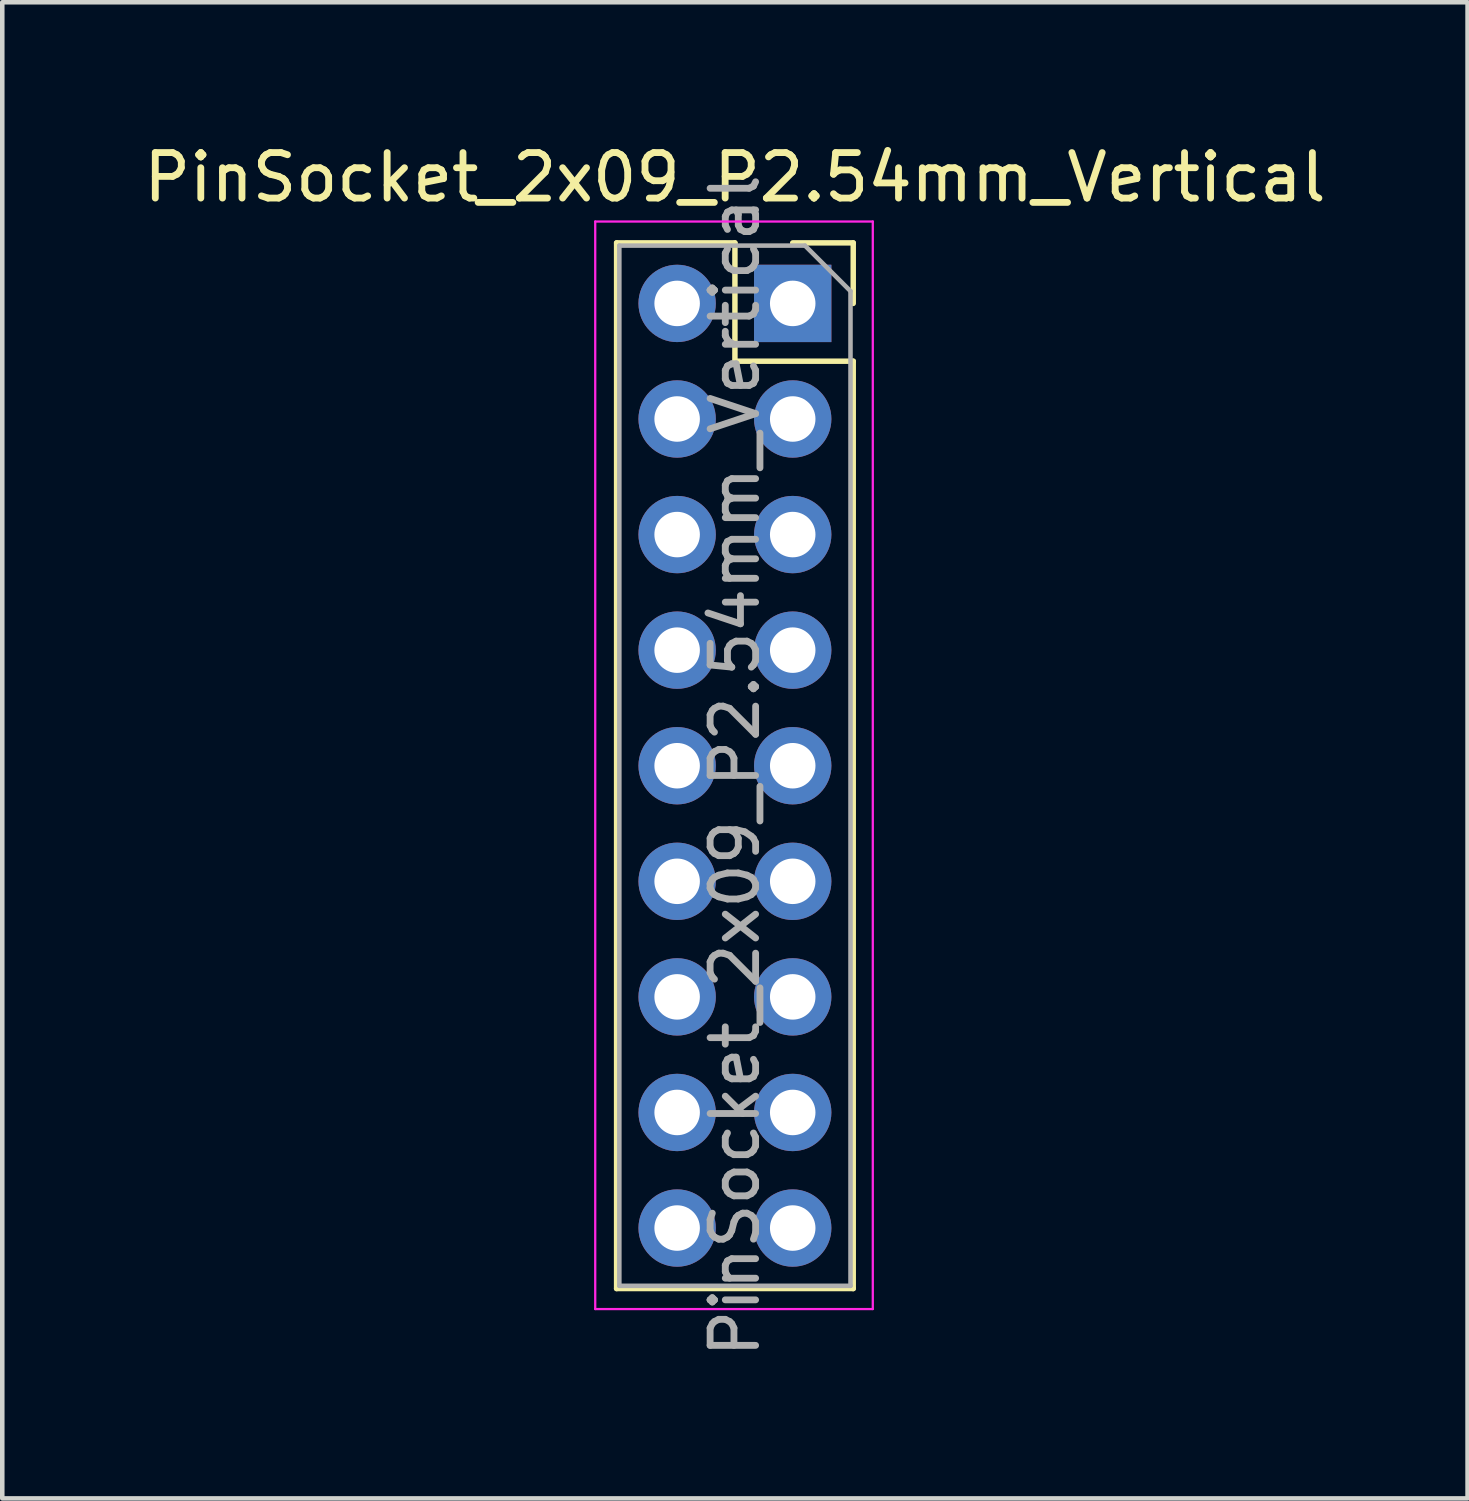
<source format=kicad_pcb>
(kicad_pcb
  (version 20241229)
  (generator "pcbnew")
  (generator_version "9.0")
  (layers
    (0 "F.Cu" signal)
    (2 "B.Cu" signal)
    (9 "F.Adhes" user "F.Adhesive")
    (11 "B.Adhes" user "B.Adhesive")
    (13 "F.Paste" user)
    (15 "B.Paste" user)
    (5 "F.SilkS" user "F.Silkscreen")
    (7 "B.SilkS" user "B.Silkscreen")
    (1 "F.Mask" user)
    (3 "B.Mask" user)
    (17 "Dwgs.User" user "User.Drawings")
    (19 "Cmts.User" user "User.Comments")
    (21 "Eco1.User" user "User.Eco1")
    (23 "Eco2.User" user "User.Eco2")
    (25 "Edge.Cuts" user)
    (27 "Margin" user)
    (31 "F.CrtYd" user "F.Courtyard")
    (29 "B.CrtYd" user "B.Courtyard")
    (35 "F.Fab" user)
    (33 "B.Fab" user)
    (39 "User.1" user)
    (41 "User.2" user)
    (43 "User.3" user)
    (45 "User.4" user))
  (footprint "PinSocket_2x09_P2.54mm_Vertical"
    (layer "F.Cu")
    (at 14.371 3.618)
    (property "Reference" "PinSocket_2x09_P2.54mm_Vertical" (at -1.27 -2.77 0) (layer "F.SilkS") (effects (font (size 1 1) (thickness 0.15))))
    (attr through_hole)
    (fp_line (start -3.87 -1.33) (end -3.87 21.65) (stroke (width 0.12) (type solid)) (layer "F.SilkS"))
    (fp_line (start -3.87 -1.33) (end -1.27 -1.33) (stroke (width 0.12) (type solid)) (layer "F.SilkS"))
    (fp_line (start -3.87 21.65) (end 1.33 21.65) (stroke (width 0.12) (type solid)) (layer "F.SilkS"))
    (fp_line (start -1.27 -1.33) (end -1.27 1.27) (stroke (width 0.12) (type solid)) (layer "F.SilkS"))
    (fp_line (start -1.27 1.27) (end 1.33 1.27) (stroke (width 0.12) (type solid)) (layer "F.SilkS"))
    (fp_line (start 0 -1.33) (end 1.33 -1.33) (stroke (width 0.12) (type solid)) (layer "F.SilkS"))
    (fp_line (start 1.33 -1.33) (end 1.33 0) (stroke (width 0.12) (type solid)) (layer "F.SilkS"))
    (fp_line (start 1.33 1.27) (end 1.33 21.65) (stroke (width 0.12) (type solid)) (layer "F.SilkS"))
    (fp_line (start -4.34 -1.8) (end 1.76 -1.8) (stroke (width 0.05) (type solid)) (layer "F.CrtYd"))
    (fp_line (start -4.34 22.1) (end -4.34 -1.8) (stroke (width 0.05) (type solid)) (layer "F.CrtYd"))
    (fp_line (start 1.76 -1.8) (end 1.76 22.1) (stroke (width 0.05) (type solid)) (layer "F.CrtYd"))
    (fp_line (start 1.76 22.1) (end -4.34 22.1) (stroke (width 0.05) (type solid)) (layer "F.CrtYd"))
    (fp_line (start -3.81 -1.27) (end 0.27 -1.27) (stroke (width 0.1) (type solid)) (layer "F.Fab"))
    (fp_line (start -3.81 21.59) (end -3.81 -1.27) (stroke (width 0.1) (type solid)) (layer "F.Fab"))
    (fp_line (start 0.27 -1.27) (end 1.27 -0.27) (stroke (width 0.1) (type solid)) (layer "F.Fab"))
    (fp_line (start 1.27 -0.27) (end 1.27 21.59) (stroke (width 0.1) (type solid)) (layer "F.Fab"))
    (fp_line (start 1.27 21.59) (end -3.81 21.59) (stroke (width 0.1) (type solid)) (layer "F.Fab"))
    (fp_text user "${REFERENCE}" (at -1.27 10.16 90) (layer "F.Fab") (effects (font (size 1 1) (thickness 0.15))))
    (pad "1" thru_hole rect (at 0 0) (size 1.7 1.7) (drill 1) (layers "*.Cu" "*.Mask"))
    (pad "2" thru_hole oval (at -2.54 0) (size 1.7 1.7) (drill 1) (layers "*.Cu" "*.Mask"))
    (pad "3" thru_hole oval (at 0 2.54) (size 1.7 1.7) (drill 1) (layers "*.Cu" "*.Mask"))
    (pad "4" thru_hole oval (at -2.54 2.54) (size 1.7 1.7) (drill 1) (layers "*.Cu" "*.Mask"))
    (pad "5" thru_hole oval (at 0 5.08) (size 1.7 1.7) (drill 1) (layers "*.Cu" "*.Mask"))
    (pad "6" thru_hole oval (at -2.54 5.08) (size 1.7 1.7) (drill 1) (layers "*.Cu" "*.Mask"))
    (pad "7" thru_hole oval (at 0 7.62) (size 1.7 1.7) (drill 1) (layers "*.Cu" "*.Mask"))
    (pad "8" thru_hole oval (at -2.54 7.62) (size 1.7 1.7) (drill 1) (layers "*.Cu" "*.Mask"))
    (pad "9" thru_hole oval (at 0 10.16) (size 1.7 1.7) (drill 1) (layers "*.Cu" "*.Mask"))
    (pad "10" thru_hole oval (at -2.54 10.16) (size 1.7 1.7) (drill 1) (layers "*.Cu" "*.Mask"))
    (pad "11" thru_hole oval (at 0 12.7) (size 1.7 1.7) (drill 1) (layers "*.Cu" "*.Mask"))
    (pad "12" thru_hole oval (at -2.54 12.7) (size 1.7 1.7) (drill 1) (layers "*.Cu" "*.Mask"))
    (pad "13" thru_hole oval (at 0 15.24) (size 1.7 1.7) (drill 1) (layers "*.Cu" "*.Mask"))
    (pad "14" thru_hole oval (at -2.54 15.24) (size 1.7 1.7) (drill 1) (layers "*.Cu" "*.Mask"))
    (pad "15" thru_hole oval (at 0 17.78) (size 1.7 1.7) (drill 1) (layers "*.Cu" "*.Mask"))
    (pad "16" thru_hole oval (at -2.54 17.78) (size 1.7 1.7) (drill 1) (layers "*.Cu" "*.Mask"))
    (pad "17" thru_hole oval (at 0 20.32) (size 1.7 1.7) (drill 1) (layers "*.Cu" "*.Mask"))
    (pad "18" thru_hole oval (at -2.54 20.32) (size 1.7 1.7) (drill 1) (layers "*.Cu" "*.Mask")))
  (gr_rect
    (start -3 -3)
    (end 29.202 29.879)
    (stroke (width 0.1) (type default))
    (fill no)
    (layer "Edge.Cuts")))
</source>
